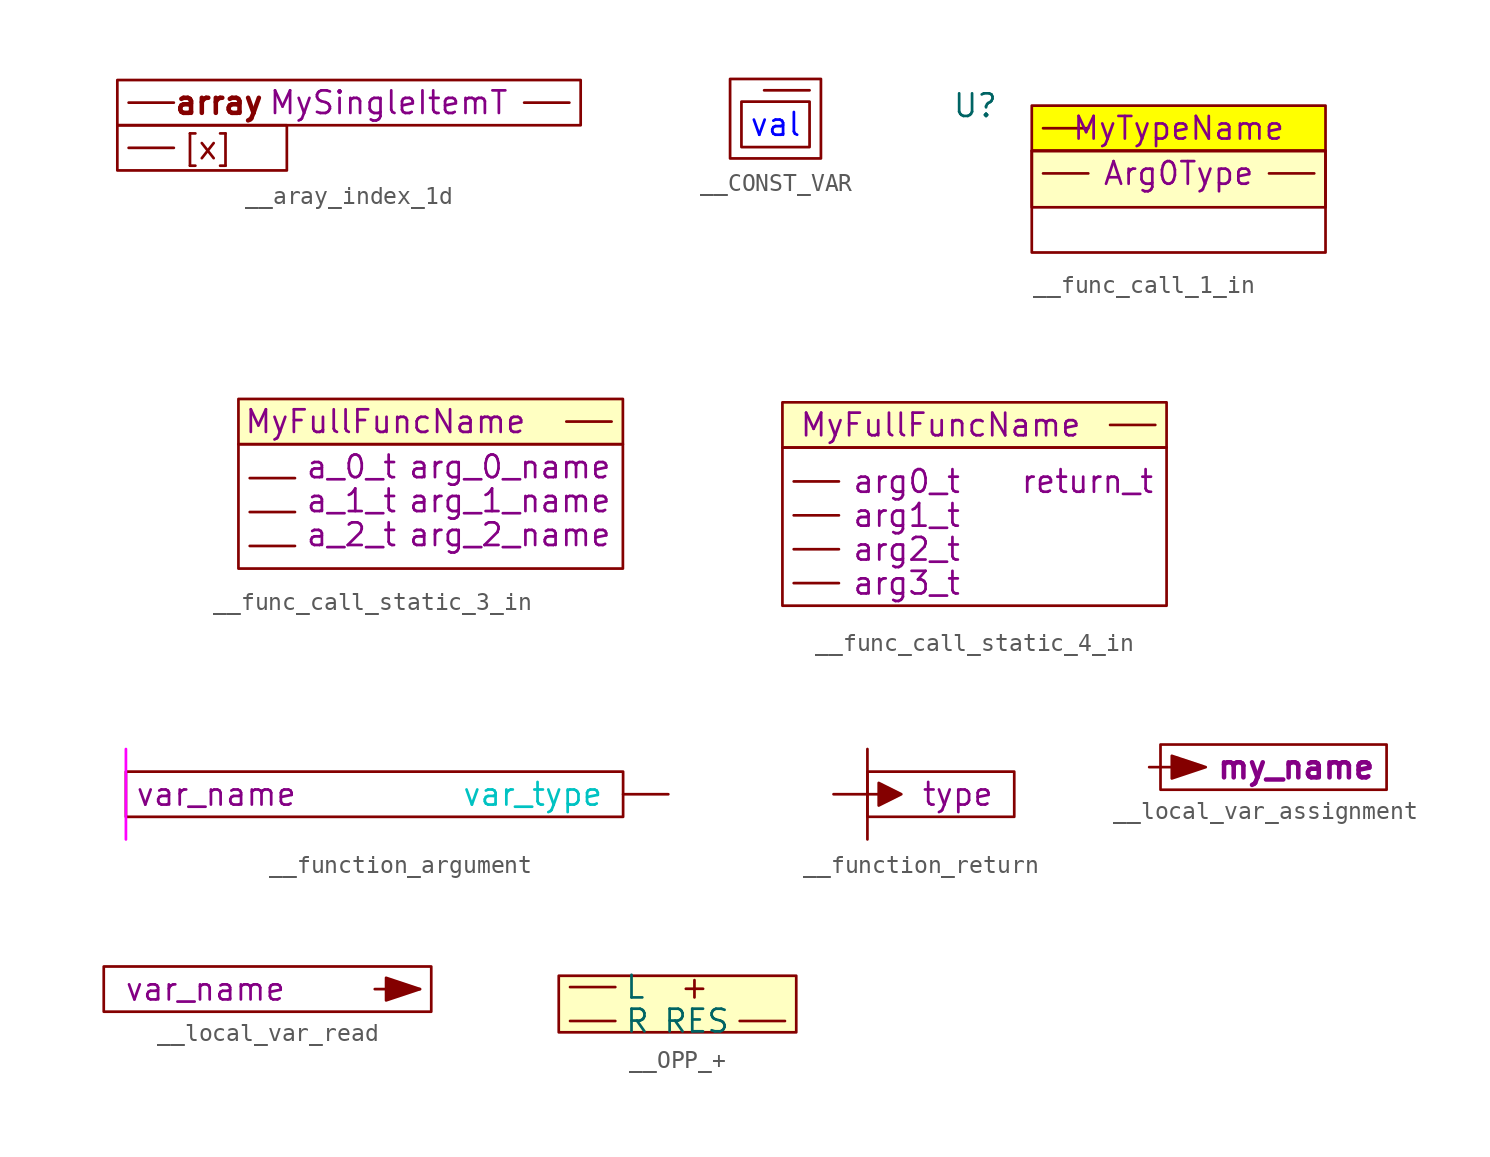
<source format=kicad_sym>
(kicad_symbol_lib
  (version 20220914)
  (generator kicad_symbol_editor)
  (symbol "__aray_index_1d"
    (property "Reference" "U"
      (at 0 11.43 0)
      (effects (font (size 1.27 1.27)) hide))
    (property "T_ITEM" "MySingleItemT"
      (at 14.605 0 0)
      (do_not_autoplace)
      (effects (font (size 1.27 1.27))))
    (symbol "__aray_index_1d_0_1"
      (rectangle (start -0.635 1.27) (end 25.4 -1.27) (stroke (width 0) (type default)) (fill (type none))))
    (symbol "__aray_index_1d_1_1"
      (rectangle (start -0.635 -1.27) (end 8.89 -3.81) (stroke (width 0) (type default)) (fill (type none)))
      (text "[x]" (at 4.445 -2.54 0) (effects (font (size 1.27 1.27))))
      (text "array" (at 5.08 0 0) (effects (font (size 1.27 1.27) bold)))
      (pin input line (at 0 -2.54 0) (length 2.54) (name "" (effects (font (size 1.27 1.27)))) (number "" (effects (font (size 1.27 1.27)))))
      (pin input line (at 0 0 0) (length 2.54) (name "" (effects (font (size 1.27 1.27)))) (number "" (effects (font (size 1.27 1.27)))))
      (pin output line (at 24.765 0 180) (length 2.54) (name "" (effects (font (size 1.27 1.27)))) (number "" (effects (font (size 1.27 1.27)))))))
  (symbol "__CONST_VAR"
    (property "Reference" "CV"
      (at 0 5.08 0)
      (do_not_autoplace)
      (effects (font (size 1.27 1.27)) hide))
    (property "Value" ""
      (at 0 0 0)
      (effects (font (size 1.27 1.27))))
    (property "MyValue" "val"
      (at 0 -0.635 0)
      (do_not_autoplace)
      (effects (font (size 1.27 1.27) (color 0 0 255 1))))
    (symbol "__CONST_VAR_1_1"
      (rectangle (start -2.54 1.905) (end 2.54 -2.54) (stroke (width 0) (type default)) (fill (type none)))
      (rectangle (start -1.905 0.635) (end 1.905 -1.905) (stroke (width 0) (type default)) (fill (type none)))
      (pin output line (at 1.905 1.27 180) (length 2.54) (name "" (effects (font (size 1.27 1.27)))) (number "" (effects (font (size 1.27 1.27)))))))
  (symbol "__func_call_1_in"
    (property "Reference" "U"
      (at -11.43 4.445 0)
      (effects (font (size 1.27 1.27))))
    (property "Value" ""
      (at 0 0 0)
      (effects (font (size 1.27 1.27))))
    (property "T_INST" "MyTypeName"
      (at 0 3.175 0)
      (do_not_autoplace)
      (effects (font (size 1.27 1.27))))
    (property "T_ARG_0" "Arg0Type"
      (at 0 0.635 0)
      (do_not_autoplace)
      (effects (font (size 1.27 1.27))))
    (symbol "__func_call_1_in_0_1"
      (rectangle (start -8.255 1.905) (end 8.255 -3.81) (stroke (width 0) (type default)) (fill (type none))))
    (symbol "__func_call_1_in_1_1"
      (rectangle (start -8.255 1.905) (end 8.255 -1.27) (stroke (width 0) (type default)) (fill (type color) (color 255 255 194 1)))
      (rectangle (start -8.255 4.445) (end 8.255 1.905) (stroke (width 0) (type default)) (fill (type color) (color 255 255 0 1)))
      (pin input line (at -7.62 0.635 0) (length 2.54) (name "" (effects (font (size 1.27 1.27)))) (number "" (effects (font (size 1.27 1.27)))))
      (pin input line (at -7.62 3.175 0) (length 2.54) (name "" (effects (font (size 1.27 1.27)))) (number "" (effects (font (size 1.27 1.27)))))
      (pin output line (at 7.62 0.635 180) (length 2.54) (name "" (effects (font (size 1.27 1.27)))) (number "" (effects (font (size 1.27 1.27)))))))
  (symbol "__func_call_static_3_in"
    (property "Reference" "fcs3"
      (at 1.27 5.715 0)
      (do_not_autoplace)
      (effects (font (size 1.27 1.27)) hide))
    (property "Value" ""
      (at -6.985 1.27 0)
      (effects (font (size 1.27 1.27))))
    (property "FullFuncName" "MyFullFuncName"
      (at 7.62 3.175 0)
      (do_not_autoplace)
      (effects (font (size 1.27 1.27))))
    (property "TArg0" "a_0_t"
      (at 5.715 0.635 0)
      (do_not_autoplace)
      (effects (font (size 1.27 1.27))))
    (property "TArg1" "a_1_t"
      (at 5.715 -1.27 0)
      (do_not_autoplace)
      (effects (font (size 1.27 1.27))))
    (property "TArg2" "a_2_t"
      (at 5.715 -3.175 0)
      (do_not_autoplace)
      (effects (font (size 1.27 1.27))))
    (property "TArg0_Name" "arg_0_name"
      (at 14.605 0.635 0)
      (do_not_autoplace)
      (effects (font (size 1.27 1.27))))
    (property "TArg1_Name" "arg_1_name"
      (at 14.605 -1.27 0)
      (do_not_autoplace)
      (effects (font (size 1.27 1.27))))
    (property "TArg2_Name" "arg_2_name"
      (at 14.605 -3.175 0)
      (do_not_autoplace)
      (effects (font (size 1.27 1.27))))
    (symbol "__func_call_static_3_in_1_1"
      (rectangle (start -0.635 1.905) (end 20.955 -5.08) (stroke (width 0) (type default)) (fill (type none)))
      (rectangle (start -0.635 4.445) (end 20.955 1.905) (stroke (width 0) (type default)) (fill (type color) (color 255 255 194 1)))
      (pin input line (at 0 -3.81 0) (length 2.54) (name "" (effects (font (size 1.27 1.27)))) (number "" (effects (font (size 1.27 1.27)))))
      (pin input line (at 0 -1.905 0) (length 2.54) (name "" (effects (font (size 1.27 1.27)))) (number "" (effects (font (size 1.27 1.27)))))
      (pin input line (at 0 0 0) (length 2.54) (name "" (effects (font (size 1.27 1.27)))) (number "" (effects (font (size 1.27 1.27)))))
      (pin output line (at 20.32 3.175 180) (length 2.54) (name "" (effects (font (size 1.27 1.27)))) (number "" (effects (font (size 1.27 1.27)))))))
  (symbol "__func_call_static_4_in"
    (property "Reference" "fcs"
      (at 0 9.525 0)
      (do_not_autoplace)
      (effects (font (size 1.27 1.27)) hide))
    (property "Value" ""
      (at 0 0 0)
      (effects (font (size 1.27 1.27))))
    (property "FuncName" "MyFullFuncName"
      (at -1.27 3.81 0)
      (do_not_autoplace)
      (effects (font (size 1.27 1.27))))
    (property "arg0_t" "arg0_t"
      (at -3.175 0.635 0)
      (do_not_autoplace)
      (effects (font (size 1.27 1.27))))
    (property "arg1_t" "arg1_t"
      (at -3.175 -1.27 0)
      (do_not_autoplace)
      (effects (font (size 1.27 1.27))))
    (property "arg2_t" "arg2_t"
      (at -3.175 -3.175 0)
      (do_not_autoplace)
      (effects (font (size 1.27 1.27))))
    (property "arg3_t" "arg3_t"
      (at -3.175 -5.08 0)
      (do_not_autoplace)
      (effects (font (size 1.27 1.27))))
    (property "return_t" "return_t"
      (at 6.985 0.635 0)
      (do_not_autoplace)
      (effects (font (size 1.27 1.27))))
    (symbol "__func_call_static_4_in_1_1"
      (rectangle (start -10.16 2.54) (end 11.43 -6.35) (stroke (width 0) (type default)) (fill (type none)))
      (rectangle (start -10.16 5.08) (end 11.43 2.54) (stroke (width 0) (type default)) (fill (type color) (color 255 255 194 1)))
      (pin input line (at -9.525 -5.08 0) (length 2.54) (name "" (effects (font (size 1.27 1.27)))) (number "" (effects (font (size 1.27 1.27)))))
      (pin input line (at -9.525 -3.175 0) (length 2.54) (name "" (effects (font (size 1.27 1.27)))) (number "" (effects (font (size 1.27 1.27)))))
      (pin input line (at -9.525 -1.27 0) (length 2.54) (name "" (effects (font (size 1.27 1.27)))) (number "" (effects (font (size 1.27 1.27)))))
      (pin input line (at -9.525 0.635 0) (length 2.54) (name "" (effects (font (size 1.27 1.27)))) (number "" (effects (font (size 1.27 1.27)))))
      (pin output line (at 10.795 3.81 180) (length 2.54) (name "" (effects (font (size 1.27 1.27)))) (number "" (effects (font (size 1.27 1.27)))))))
  (symbol "__function_argument"
    (pin_numbers hide)
    (property "Reference" "fa"
      (at -19.05 0 0)
      (do_not_autoplace)
      (effects (font (size 1.27 1.27)) hide))
    (property "var_name" "var_name"
      (at -8.89 0 0)
      (do_not_autoplace)
      (effects (font (size 1.27 1.27))))
    (property "var_type" "var_type"
      (at 8.89 0 0)
      (do_not_autoplace)
      (effects (font (size 1.27 1.27) (color 0 194 194 1))))
    (symbol "__function_argument_0_1"
      (rectangle (start -13.97 1.27) (end 13.97 -1.27) (stroke (width 0) (type default)) (fill (type none))))
    (symbol "__function_argument_1_1"
      (polyline (pts (xy -13.97 2.54) (xy -13.97 -2.54)) (stroke (width 0) (type default) (color 255 0 255 1)) (fill (type none)))
      (pin output line (at 16.51 0 180) (length 2.54) (name "" (effects (font (size 1.27 1.27)))) (number "" (effects (font (size 1.27 1.27)))))))
  (symbol "__function_return"
    (property "Reference" "fr"
      (at 2.54 5.08 0)
      (effects (font (size 1.27 1.27)) hide))
    (property "Value" ""
      (at 5.08 0 0)
      (effects (font (size 1.27 1.27))))
    (property "type" "type"
      (at 5.08 0 0)
      (do_not_autoplace)
      (effects (font (size 1.27 1.27))))
    (symbol "__function_return_0_1"
      (rectangle (start 0 1.27) (end 8.255 -1.27) (stroke (width 0) (type default)) (fill (type none))))
    (symbol "__function_return_1_1"
      (polyline (pts (xy 0 2.54) (xy 0 -2.54)) (stroke (width 0) (type default)) (fill (type color) (color 255 0 255 1)))
      (polyline (pts (xy 0.635 0.635) (xy 0.635 -0.635) (xy 1.905 0) (xy 0.635 0.635)) (stroke (width 0) (type default)) (fill (type outline)))
      (pin input line (at -1.905 0 0) (length 2.54) (name "" (effects (font (size 1.27 1.27)))) (number "" (effects (font (size 1.27 1.27)))))))
  (symbol "__local_var_assignment"
    (property "Reference" "U"
      (at 0 12.7 0)
      (effects (font (size 1.27 1.27)) hide))
    (property "var_name" "my_name"
      (at 6.985 0 0)
      (do_not_autoplace)
      (effects (font (size 1.27 1.27) bold)))
    (symbol "__local_var_assignment_0_1"
      (rectangle (start -0.635 1.27) (end 12.065 -1.27) (stroke (width 0) (type default)) (fill (type none))))
    (symbol "__local_var_assignment_1_1"
      (polyline (pts (xy 0 0.635) (xy 0 -0.635) (xy 1.905 0) (xy 0 0.635)) (stroke (width 0) (type default)) (fill (type outline)))
      (pin input line (at -1.27 0 0) (length 2.54) (name "" (effects (font (size 1.27 1.27)))) (number "" (effects (font (size 1.27 1.27)))))))
  (symbol "__local_var_read"
    (property "Reference" "lvr"
      (at -12.065 3.175 0)
      (do_not_autoplace)
      (effects (font (size 1.27 1.27)) hide))
    (property "Value" ""
      (at -13.335 0 0)
      (effects (font (size 1.27 1.27))))
    (property "var_name" "var_name"
      (at -12.065 0 0)
      (do_not_autoplace)
      (effects (font (size 1.27 1.27))))
    (symbol "__local_var_read_0_1"
      (rectangle (start -17.78 1.27) (end 0.635 -1.27) (stroke (width 0) (type default)) (fill (type none))))
    (symbol "__local_var_read_1_1"
      (polyline (pts (xy 0 0) (xy -1.905 -0.635) (xy -1.905 0.635) (xy 0 0)) (stroke (width 0) (type default)) (fill (type outline)))
      (pin output line (at 0 0 180) (length 2.54) (name "" (effects (font (size 1.27 1.27)))) (number "" (effects (font (size 1.27 1.27)))))))
  (symbol "__OPP_+"
    (property "Reference" "ADD"
      (at 4.445 4.445 0)
      (do_not_autoplace)
      (effects (font (size 1.27 1.27)) hide))
    (property "Value" ""
      (at 1.27 -0.635 0)
      (effects (font (size 1.27 1.27))))
    (symbol "__OPP_+_1_1"
      (rectangle (start -0.635 0.635) (end 12.7 -2.54) (stroke (width 0) (type default)) (fill (type background)))
      (text "+" (at 6.985 0 0) (effects (font (size 1.27 1.27))))
      (pin input line (at 0 0 0) (length 2.54) (name "L" (effects (font (size 1.27 1.27)))) (number "" (effects (font (size 1.27 1.27)))))
      (pin input line (at 0 -1.905 0) (length 2.54) (name "R" (effects (font (size 1.27 1.27)))) (number "" (effects (font (size 1.27 1.27)))))
      (pin output line (at 12.065 -1.905 180) (length 2.54) (name "RES" (effects (font (size 1.27 1.27)))) (number "" (effects (font (size 1.27 1.27))))))))
</source>
